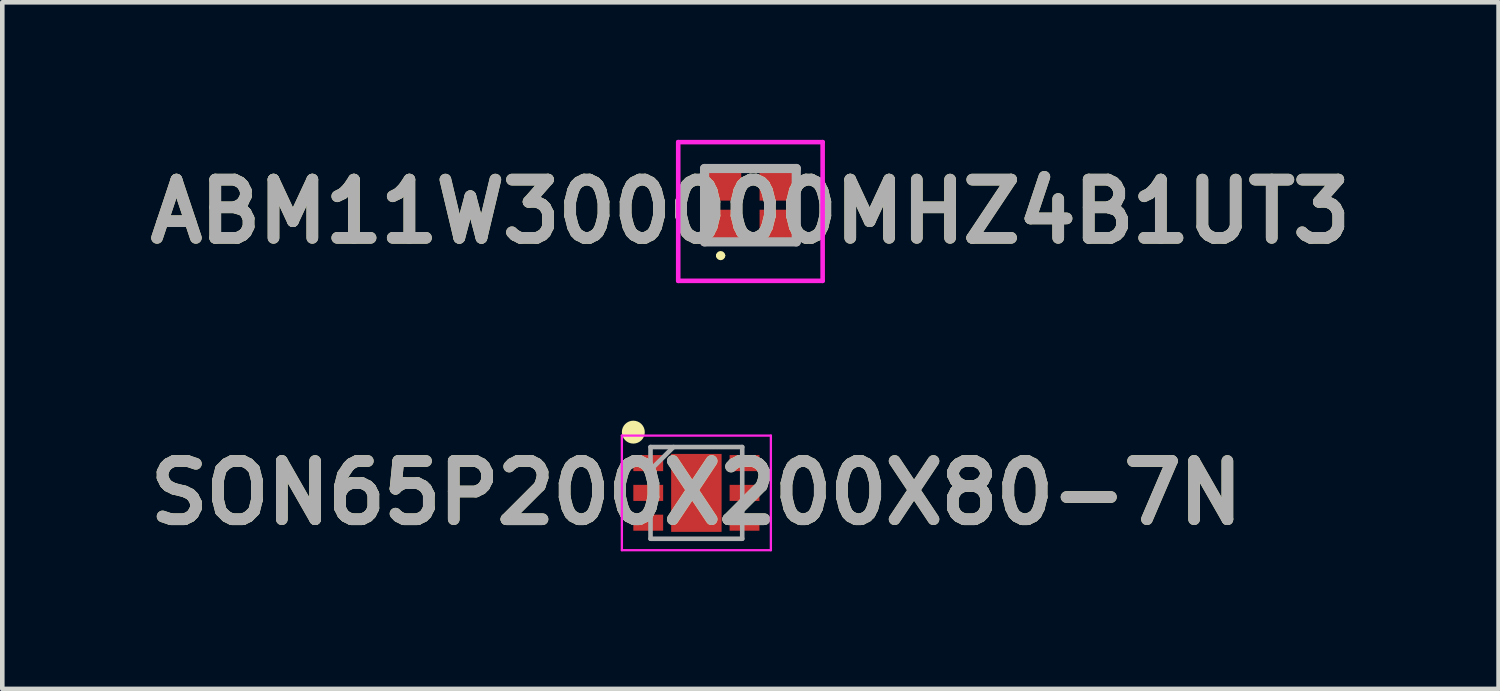
<source format=kicad_pcb>
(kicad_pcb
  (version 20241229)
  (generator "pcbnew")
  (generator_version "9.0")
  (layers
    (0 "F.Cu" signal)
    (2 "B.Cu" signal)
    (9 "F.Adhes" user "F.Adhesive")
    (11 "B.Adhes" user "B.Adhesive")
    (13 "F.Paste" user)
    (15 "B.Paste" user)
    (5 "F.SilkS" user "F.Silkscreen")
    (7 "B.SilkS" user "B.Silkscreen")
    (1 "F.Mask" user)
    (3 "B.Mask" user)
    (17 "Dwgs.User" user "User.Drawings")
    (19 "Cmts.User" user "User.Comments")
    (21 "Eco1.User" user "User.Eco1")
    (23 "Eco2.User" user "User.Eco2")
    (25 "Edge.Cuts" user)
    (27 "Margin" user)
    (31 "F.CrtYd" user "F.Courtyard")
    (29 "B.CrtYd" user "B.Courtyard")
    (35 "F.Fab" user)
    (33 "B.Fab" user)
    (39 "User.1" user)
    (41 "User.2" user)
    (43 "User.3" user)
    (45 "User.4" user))
  (footprint "SON65P200X200X80-7N"
    (layer "F.Cu")
    (at 12.138 7.7)
    (property "Reference" "SON65P200X200X80-7N" (at 0 0 0) (layer "F.SilkS") (effects (font (size 1.27 1.27) (thickness 0.254))))
    (attr smd)
    (fp_circle (center -1.375 -1.325) (end -1.375 -1.2) (stroke (width 0.25) (type solid)) (fill no) (layer "F.SilkS"))
    (fp_line (start -1.625 -1.25) (end 1.625 -1.25) (stroke (width 0.05) (type solid)) (layer "F.CrtYd"))
    (fp_line (start -1.625 1.25) (end -1.625 -1.25) (stroke (width 0.05) (type solid)) (layer "F.CrtYd"))
    (fp_line (start 1.625 -1.25) (end 1.625 1.25) (stroke (width 0.05) (type solid)) (layer "F.CrtYd"))
    (fp_line (start 1.625 1.25) (end -1.625 1.25) (stroke (width 0.05) (type solid)) (layer "F.CrtYd"))
    (fp_line (start -1 -1) (end 1 -1) (stroke (width 0.1) (type solid)) (layer "F.Fab"))
    (fp_line (start -1 -0.5) (end -0.5 -1) (stroke (width 0.1) (type solid)) (layer "F.Fab"))
    (fp_line (start -1 1) (end -1 -1) (stroke (width 0.1) (type solid)) (layer "F.Fab"))
    (fp_line (start 1 -1) (end 1 1) (stroke (width 0.1) (type solid)) (layer "F.Fab"))
    (fp_line (start 1 1) (end -1 1) (stroke (width 0.1) (type solid)) (layer "F.Fab"))
    (fp_text user "${REFERENCE}" (at 0 0 0) (layer "F.Fab") (effects (font (size 1.27 1.27) (thickness 0.254))))
    (pad "1" smd rect (at -1.05 -0.65 90) (size 0.35 0.65) (layers "F.Cu" "F.Mask" "F.Paste"))
    (pad "2" smd rect (at -1.05 0 90) (size 0.35 0.65) (layers "F.Cu" "F.Mask" "F.Paste"))
    (pad "3" smd rect (at -1.05 0.65 90) (size 0.35 0.65) (layers "F.Cu" "F.Mask" "F.Paste"))
    (pad "4" smd rect (at 1.05 0.65 90) (size 0.35 0.65) (layers "F.Cu" "F.Mask" "F.Paste"))
    (pad "5" smd rect (at 1.05 0 90) (size 0.35 0.65) (layers "F.Cu" "F.Mask" "F.Paste"))
    (pad "6" smd rect (at 1.05 -0.65 90) (size 0.35 0.65) (layers "F.Cu" "F.Mask" "F.Paste"))
    (pad "7" smd rect (at 0 0) (size 1.1 1.7) (layers "F.Cu" "F.Mask" "F.Paste")))
  (footprint "ABM11W300000MHZ4B1UT3"
    (layer "F.Cu")
    (at 13.317 1.425)
    (property "Reference" "ABM11W300000MHZ4B1UT3" (at 0 0.138 0) (layer "F.SilkS") (effects (font (size 1.27 1.27) (thickness 0.254))))
    (attr smd)
    (fp_line (start -0.7 1.1) (end -0.7 1.1) (stroke (width 0.1) (type solid)) (layer "F.SilkS"))
    (fp_line (start -0.6 1.1) (end -0.6 1.1) (stroke (width 0.1) (type solid)) (layer "F.SilkS"))
    (fp_arc (start -0.7 1.1) (mid -0.65 1.05) (end -0.6 1.1) (stroke (width 0.1) (type solid)) (layer "F.SilkS"))
    (fp_arc (start -0.6 1.1) (mid -0.65 1.15) (end -0.7 1.1) (stroke (width 0.1) (type solid)) (layer "F.SilkS"))
    (fp_line (start -1.575 -1.375) (end 1.575 -1.375) (stroke (width 0.1) (type solid)) (layer "F.CrtYd"))
    (fp_line (start -1.575 1.65) (end -1.575 -1.375) (stroke (width 0.1) (type solid)) (layer "F.CrtYd"))
    (fp_line (start 1.575 -1.375) (end 1.575 1.65) (stroke (width 0.1) (type solid)) (layer "F.CrtYd"))
    (fp_line (start 1.575 1.65) (end -1.575 1.65) (stroke (width 0.1) (type solid)) (layer "F.CrtYd"))
    (fp_line (start -1 -0.8) (end 1 -0.8) (stroke (width 0.2) (type solid)) (layer "F.Fab"))
    (fp_line (start -1 0.8) (end -1 -0.8) (stroke (width 0.2) (type solid)) (layer "F.Fab"))
    (fp_line (start 1 -0.8) (end 1 0.8) (stroke (width 0.2) (type solid)) (layer "F.Fab"))
    (fp_line (start 1 0.8) (end -1 0.8) (stroke (width 0.2) (type solid)) (layer "F.Fab"))
    (fp_text user "${REFERENCE}" (at 0 0.138 0) (layer "F.Fab") (effects (font (size 1.27 1.27) (thickness 0.254))))
    (pad "1" smd rect (at -0.638 0.487 90) (size 0.775 0.875) (layers "F.Cu" "F.Mask" "F.Paste"))
    (pad "2" smd rect (at 0.637 0.487 90) (size 0.775 0.875) (layers "F.Cu" "F.Mask" "F.Paste"))
    (pad "3" smd rect (at 0.637 -0.487 90) (size 0.775 0.875) (layers "F.Cu" "F.Mask" "F.Paste"))
    (pad "4" smd rect (at -0.638 -0.487 90) (size 0.775 0.875) (layers "F.Cu" "F.Mask" "F.Paste")))
  (gr_rect
    (start -3 -3)
    (end 29.634 11.975)
    (stroke (width 0.1) (type default))
    (fill no)
    (layer "Edge.Cuts")))
</source>
